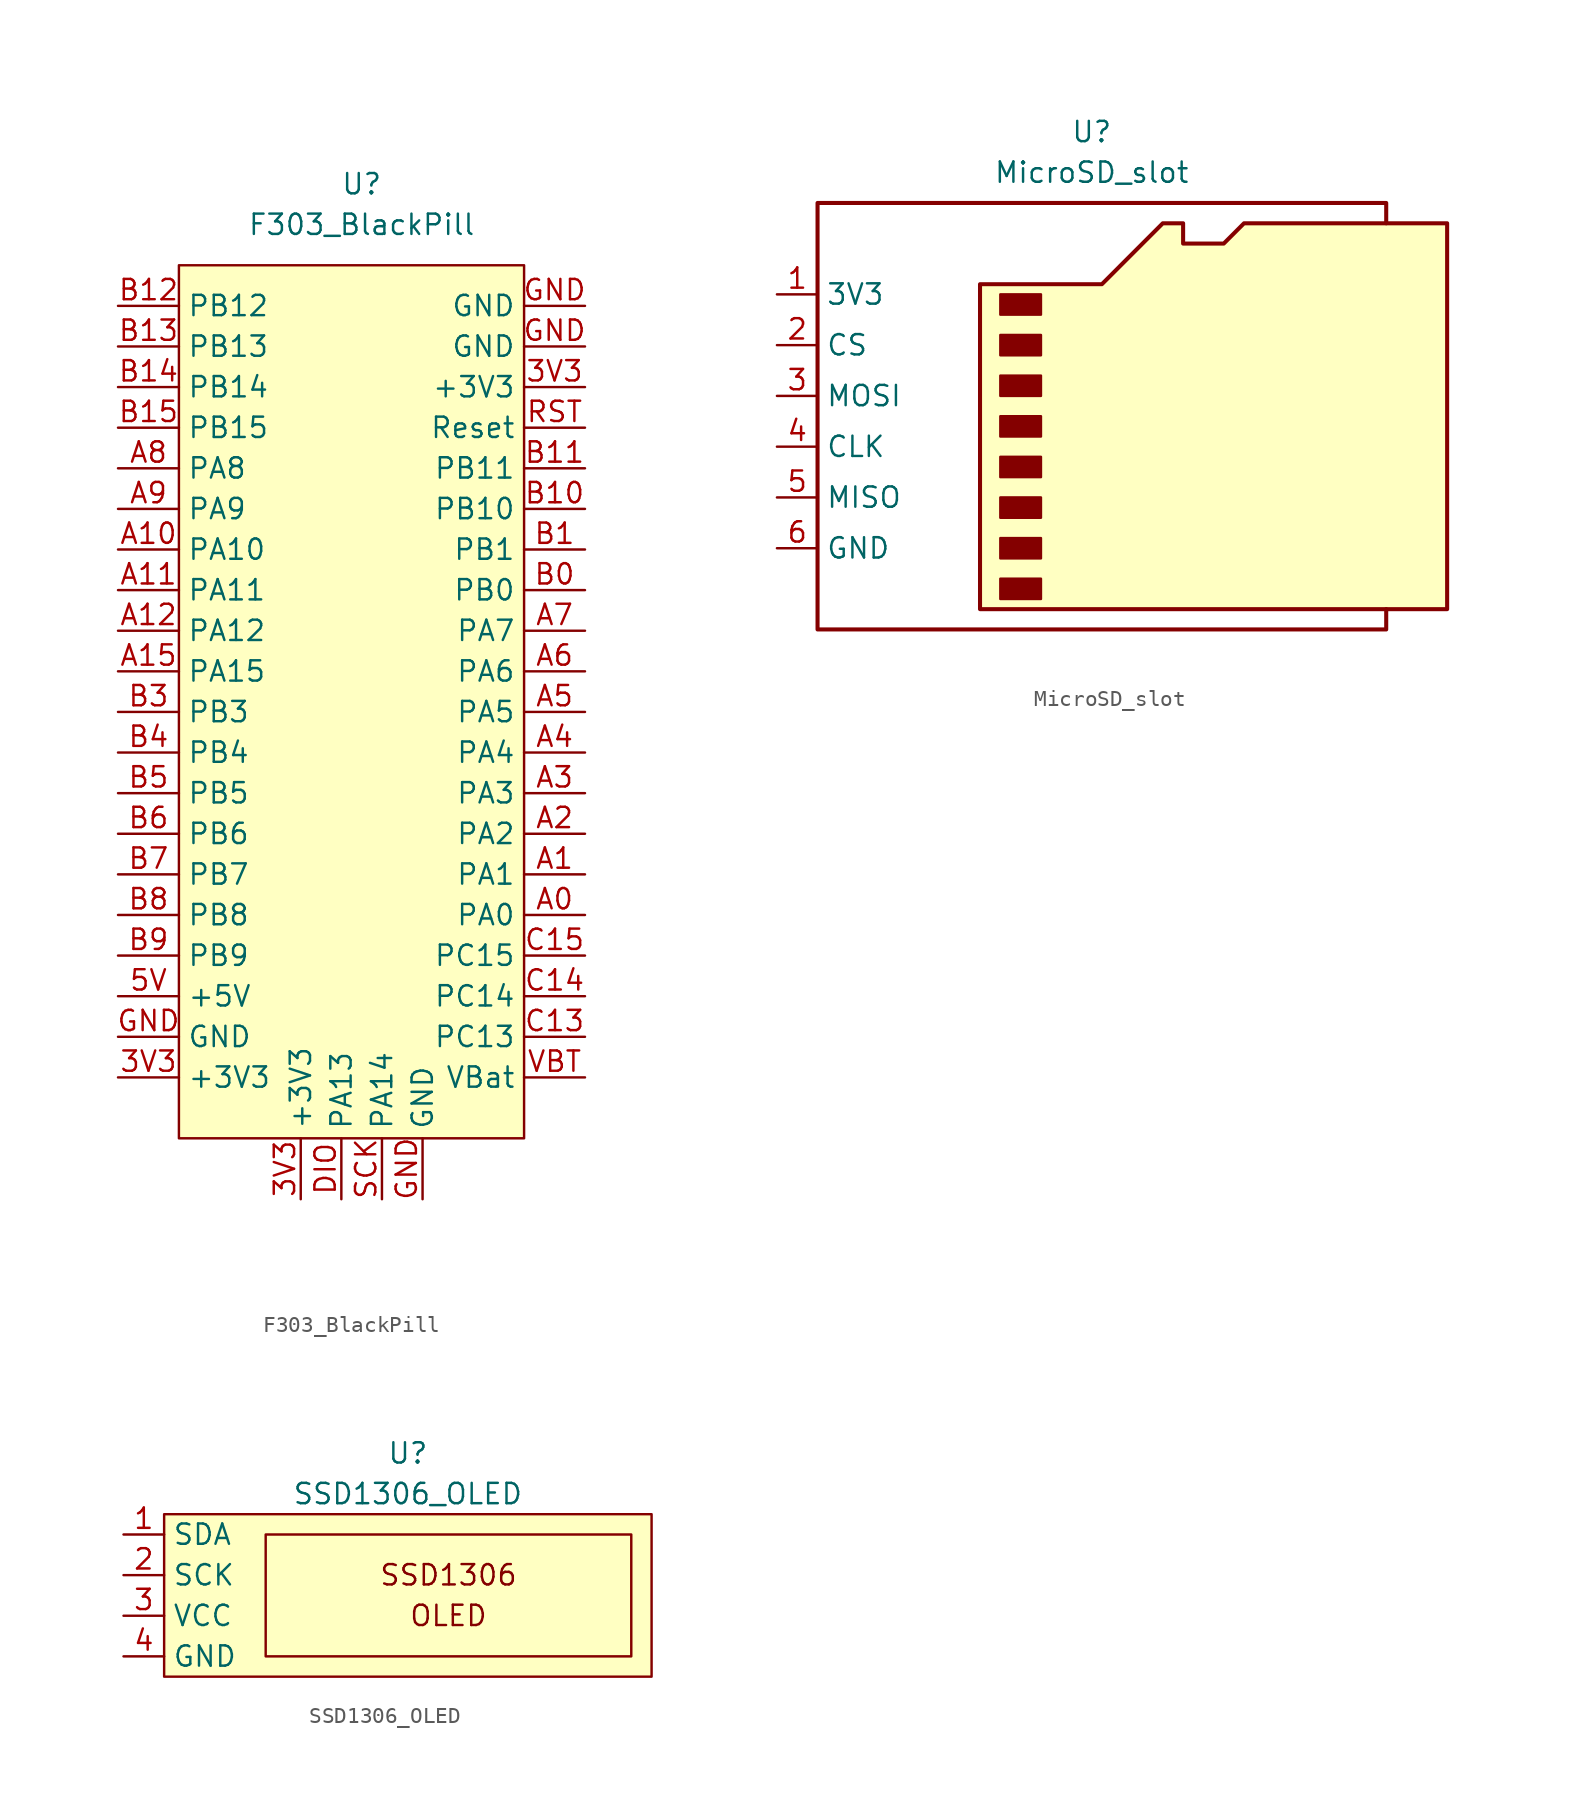
<source format=kicad_sym>
(kicad_symbol_lib
  (version 20211014)
  (generator kicad_symbol_editor)
  (symbol "F303_BlackPill"
    (property "Reference" "U"
      (at 0 31.75 0)
      (effects (font (size 1.27 1.27))))
    (property "Value" "F303_BlackPill"
      (at 0 29.21 0)
      (effects (font (size 1.27 1.27))))
    (symbol "F303_BlackPill_0_1"
      (rectangle (start 10.16 -27.94) (end -11.43 26.67) (stroke (width 0) (type default) (color 0 0 0 0)) (fill (type background))))
    (symbol "F303_BlackPill_1_1"
      (pin power_in line (at -15.24 -24.13 0) (length 3.81) (name "+3V3" (effects (font (size 1.27 1.27)))) (number "3V3" (effects (font (size 1.27 1.27)))))
      (pin power_in line (at -3.81 -31.75 90) (length 3.81) (name "+3V3" (effects (font (size 1.27 1.27)))) (number "3V3" (effects (font (size 1.27 1.27)))))
      (pin power_in line (at 13.97 19.05 180) (length 3.81) (name "+3V3" (effects (font (size 1.27 1.27)))) (number "3V3" (effects (font (size 1.27 1.27)))))
      (pin power_in line (at -15.24 -19.05 0) (length 3.81) (name "+5V" (effects (font (size 1.27 1.27)))) (number "5V" (effects (font (size 1.27 1.27)))))
      (pin bidirectional line (at 13.97 -13.97 180) (length 3.81) (name "PA0" (effects (font (size 1.27 1.27)))) (number "A0" (effects (font (size 1.27 1.27)))))
      (pin bidirectional line (at 13.97 -11.43 180) (length 3.81) (name "PA1" (effects (font (size 1.27 1.27)))) (number "A1" (effects (font (size 1.27 1.27)))))
      (pin bidirectional line (at -15.24 8.89 0) (length 3.81) (name "PA10" (effects (font (size 1.27 1.27)))) (number "A10" (effects (font (size 1.27 1.27)))))
      (pin bidirectional line (at -15.24 6.35 0) (length 3.81) (name "PA11" (effects (font (size 1.27 1.27)))) (number "A11" (effects (font (size 1.27 1.27)))))
      (pin bidirectional line (at -15.24 3.81 0) (length 3.81) (name "PA12" (effects (font (size 1.27 1.27)))) (number "A12" (effects (font (size 1.27 1.27)))))
      (pin bidirectional line (at -15.24 1.27 0) (length 3.81) (name "PA15" (effects (font (size 1.27 1.27)))) (number "A15" (effects (font (size 1.27 1.27)))))
      (pin bidirectional line (at 13.97 -8.89 180) (length 3.81) (name "PA2" (effects (font (size 1.27 1.27)))) (number "A2" (effects (font (size 1.27 1.27)))))
      (pin bidirectional line (at 13.97 -6.35 180) (length 3.81) (name "PA3" (effects (font (size 1.27 1.27)))) (number "A3" (effects (font (size 1.27 1.27)))))
      (pin bidirectional line (at 13.97 -3.81 180) (length 3.81) (name "PA4" (effects (font (size 1.27 1.27)))) (number "A4" (effects (font (size 1.27 1.27)))))
      (pin bidirectional line (at 13.97 -1.27 180) (length 3.81) (name "PA5" (effects (font (size 1.27 1.27)))) (number "A5" (effects (font (size 1.27 1.27)))))
      (pin bidirectional line (at 13.97 1.27 180) (length 3.81) (name "PA6" (effects (font (size 1.27 1.27)))) (number "A6" (effects (font (size 1.27 1.27)))))
      (pin bidirectional line (at 13.97 3.81 180) (length 3.81) (name "PA7" (effects (font (size 1.27 1.27)))) (number "A7" (effects (font (size 1.27 1.27)))))
      (pin bidirectional line (at -15.24 13.97 0) (length 3.81) (name "PA8" (effects (font (size 1.27 1.27)))) (number "A8" (effects (font (size 1.27 1.27)))))
      (pin bidirectional line (at -15.24 11.43 0) (length 3.81) (name "PA9" (effects (font (size 1.27 1.27)))) (number "A9" (effects (font (size 1.27 1.27)))))
      (pin bidirectional line (at 13.97 6.35 180) (length 3.81) (name "PB0" (effects (font (size 1.27 1.27)))) (number "B0" (effects (font (size 1.27 1.27)))))
      (pin bidirectional line (at 13.97 8.89 180) (length 3.81) (name "PB1" (effects (font (size 1.27 1.27)))) (number "B1" (effects (font (size 1.27 1.27)))))
      (pin bidirectional line (at 13.97 11.43 180) (length 3.81) (name "PB10" (effects (font (size 1.27 1.27)))) (number "B10" (effects (font (size 1.27 1.27)))))
      (pin bidirectional line (at 13.97 13.97 180) (length 3.81) (name "PB11" (effects (font (size 1.27 1.27)))) (number "B11" (effects (font (size 1.27 1.27)))))
      (pin bidirectional line (at -15.24 24.13 0) (length 3.81) (name "PB12" (effects (font (size 1.27 1.27)))) (number "B12" (effects (font (size 1.27 1.27)))))
      (pin bidirectional line (at -15.24 21.59 0) (length 3.81) (name "PB13" (effects (font (size 1.27 1.27)))) (number "B13" (effects (font (size 1.27 1.27)))))
      (pin bidirectional line (at -15.24 19.05 0) (length 3.81) (name "PB14" (effects (font (size 1.27 1.27)))) (number "B14" (effects (font (size 1.27 1.27)))))
      (pin bidirectional line (at -15.24 16.51 0) (length 3.81) (name "PB15" (effects (font (size 1.27 1.27)))) (number "B15" (effects (font (size 1.27 1.27)))))
      (pin bidirectional line (at -15.24 -1.27 0) (length 3.81) (name "PB3" (effects (font (size 1.27 1.27)))) (number "B3" (effects (font (size 1.27 1.27)))))
      (pin bidirectional line (at -15.24 -3.81 0) (length 3.81) (name "PB4" (effects (font (size 1.27 1.27)))) (number "B4" (effects (font (size 1.27 1.27)))))
      (pin bidirectional line (at -15.24 -6.35 0) (length 3.81) (name "PB5" (effects (font (size 1.27 1.27)))) (number "B5" (effects (font (size 1.27 1.27)))))
      (pin bidirectional line (at -15.24 -8.89 0) (length 3.81) (name "PB6" (effects (font (size 1.27 1.27)))) (number "B6" (effects (font (size 1.27 1.27)))))
      (pin bidirectional line (at -15.24 -11.43 0) (length 3.81) (name "PB7" (effects (font (size 1.27 1.27)))) (number "B7" (effects (font (size 1.27 1.27)))))
      (pin bidirectional line (at -15.24 -13.97 0) (length 3.81) (name "PB8" (effects (font (size 1.27 1.27)))) (number "B8" (effects (font (size 1.27 1.27)))))
      (pin bidirectional line (at -15.24 -16.51 0) (length 3.81) (name "PB9" (effects (font (size 1.27 1.27)))) (number "B9" (effects (font (size 1.27 1.27)))))
      (pin bidirectional line (at 13.97 -21.59 180) (length 3.81) (name "PC13" (effects (font (size 1.27 1.27)))) (number "C13" (effects (font (size 1.27 1.27)))))
      (pin bidirectional line (at 13.97 -19.05 180) (length 3.81) (name "PC14" (effects (font (size 1.27 1.27)))) (number "C14" (effects (font (size 1.27 1.27)))))
      (pin bidirectional line (at 13.97 -16.51 180) (length 3.81) (name "PC15" (effects (font (size 1.27 1.27)))) (number "C15" (effects (font (size 1.27 1.27)))))
      (pin bidirectional line (at -1.27 -31.75 90) (length 3.81) (name "PA13" (effects (font (size 1.27 1.27)))) (number "DIO" (effects (font (size 1.27 1.27)))))
      (pin power_in line (at -15.24 -21.59 0) (length 3.81) (name "GND" (effects (font (size 1.27 1.27)))) (number "GND" (effects (font (size 1.27 1.27)))))
      (pin power_in line (at 3.81 -31.75 90) (length 3.81) (name "GND" (effects (font (size 1.27 1.27)))) (number "GND" (effects (font (size 1.27 1.27)))))
      (pin power_in line (at 13.97 21.59 180) (length 3.81) (name "GND" (effects (font (size 1.27 1.27)))) (number "GND" (effects (font (size 1.27 1.27)))))
      (pin power_in line (at 13.97 24.13 180) (length 3.81) (name "GND" (effects (font (size 1.27 1.27)))) (number "GND" (effects (font (size 1.27 1.27)))))
      (pin input line (at 13.97 16.51 180) (length 3.81) (name "Reset" (effects (font (size 1.27 1.27)))) (number "RST" (effects (font (size 1.27 1.27)))))
      (pin bidirectional line (at 1.27 -31.75 90) (length 3.81) (name "PA14" (effects (font (size 1.27 1.27)))) (number "SCK" (effects (font (size 1.27 1.27)))))
      (pin power_in line (at 13.97 -24.13 180) (length 3.81) (name "VBat" (effects (font (size 1.27 1.27)))) (number "VBT" (effects (font (size 1.27 1.27)))))))
  (symbol "MicroSD_slot"
    (property "Reference" "U"
      (at 0 19.05 0)
      (effects (font (size 1.27 1.27))))
    (property "Value" "MicroSD_slot"
      (at 0 16.51 0)
      (effects (font (size 1.27 1.27))))
    (symbol "MicroSD_slot_0_1"
      (rectangle (start -5.715 -8.89) (end -3.175 -10.16) (stroke (width 0) (type default) (color 0 0 0 0)) (fill (type outline)))
      (rectangle (start -5.715 -6.35) (end -3.175 -7.62) (stroke (width 0) (type default) (color 0 0 0 0)) (fill (type outline)))
      (rectangle (start -5.715 -3.81) (end -3.175 -5.08) (stroke (width 0) (type default) (color 0 0 0 0)) (fill (type outline)))
      (rectangle (start -5.715 -1.27) (end -3.175 -2.54) (stroke (width 0) (type default) (color 0 0 0 0)) (fill (type outline)))
      (rectangle (start -5.715 1.27) (end -3.175 0) (stroke (width 0) (type default) (color 0 0 0 0)) (fill (type outline)))
      (rectangle (start -5.715 3.81) (end -3.175 2.54) (stroke (width 0) (type default) (color 0 0 0 0)) (fill (type outline)))
      (rectangle (start -5.715 6.35) (end -3.175 5.08) (stroke (width 0) (type default) (color 0 0 0 0)) (fill (type outline)))
      (rectangle (start -5.715 8.89) (end -3.175 7.62) (stroke (width 0) (type default) (color 0 0 0 0)) (fill (type outline)))
      (polyline (pts (xy 18.415 13.335) (xy 18.415 14.605) (xy -17.145 14.605) (xy -17.145 -12.065) (xy 18.415 -12.065) (xy 18.415 -10.795)) (stroke (width 0.254) (type default) (color 0 0 0 0)) (fill (type none)))
      (polyline (pts (xy -6.985 -10.795) (xy -6.985 9.525) (xy 0.635 9.525) (xy 4.445 13.335) (xy 5.715 13.335) (xy 5.715 12.065) (xy 8.255 12.065) (xy 9.525 13.335) (xy 22.225 13.335) (xy 22.225 -10.795) (xy -6.985 -10.795)) (stroke (width 0.254) (type default) (color 0 0 0 0)) (fill (type background))))
    (symbol "MicroSD_slot_1_1"
      (pin power_in line (at -19.685 8.89 0) (length 2.54) (name "3V3" (effects (font (size 1.27 1.27)))) (number "1" (effects (font (size 1.27 1.27)))))
      (pin input line (at -19.685 5.715 0) (length 2.54) (name "CS" (effects (font (size 1.27 1.27)))) (number "2" (effects (font (size 1.27 1.27)))))
      (pin bidirectional line (at -19.685 2.54 0) (length 2.54) (name "MOSI" (effects (font (size 1.27 1.27)))) (number "3" (effects (font (size 1.27 1.27)))))
      (pin input line (at -19.685 -0.635 0) (length 2.54) (name "CLK" (effects (font (size 1.27 1.27)))) (number "4" (effects (font (size 1.27 1.27)))))
      (pin bidirectional line (at -19.685 -3.81 0) (length 2.54) (name "MISO" (effects (font (size 1.27 1.27)))) (number "5" (effects (font (size 1.27 1.27)))))
      (pin power_in line (at -19.685 -6.985 0) (length 2.54) (name "GND" (effects (font (size 1.27 1.27)))) (number "6" (effects (font (size 1.27 1.27)))))))
  (symbol "SSD1306_OLED"
    (property "Reference" "U"
      (at 0 8.89 0)
      (effects (font (size 1.27 1.27))))
    (property "Value" "SSD1306_OLED"
      (at 0 6.35 0)
      (effects (font (size 1.27 1.27))))
    (symbol "SSD1306_OLED_0_0"
      (text "OLED" (at 2.54 -1.27 0) (effects (font (size 1.27 1.27))))
      (text "SSD1306" (at 2.54 1.27 0) (effects (font (size 1.27 1.27)))))
    (symbol "SSD1306_OLED_0_1"
      (rectangle (start -15.24 5.08) (end 15.24 -5.08) (stroke (width 0) (type default) (color 0 0 0 0)) (fill (type background)))
      (rectangle (start -8.89 3.81) (end 13.97 -3.81) (stroke (width 0) (type default) (color 0 0 0 0)) (fill (type none))))
    (symbol "SSD1306_OLED_1_1"
      (pin bidirectional line (at -17.78 3.81 0) (length 2.54) (name "SDA" (effects (font (size 1.27 1.27)))) (number "1" (effects (font (size 1.27 1.27)))))
      (pin bidirectional line (at -17.78 1.27 0) (length 2.54) (name "SCK" (effects (font (size 1.27 1.27)))) (number "2" (effects (font (size 1.27 1.27)))))
      (pin power_in line (at -17.78 -1.27 0) (length 2.54) (name "VCC" (effects (font (size 1.27 1.27)))) (number "3" (effects (font (size 1.27 1.27)))))
      (pin power_in line (at -17.78 -3.81 0) (length 2.54) (name "GND" (effects (font (size 1.27 1.27)))) (number "4" (effects (font (size 1.27 1.27))))))))
</source>
